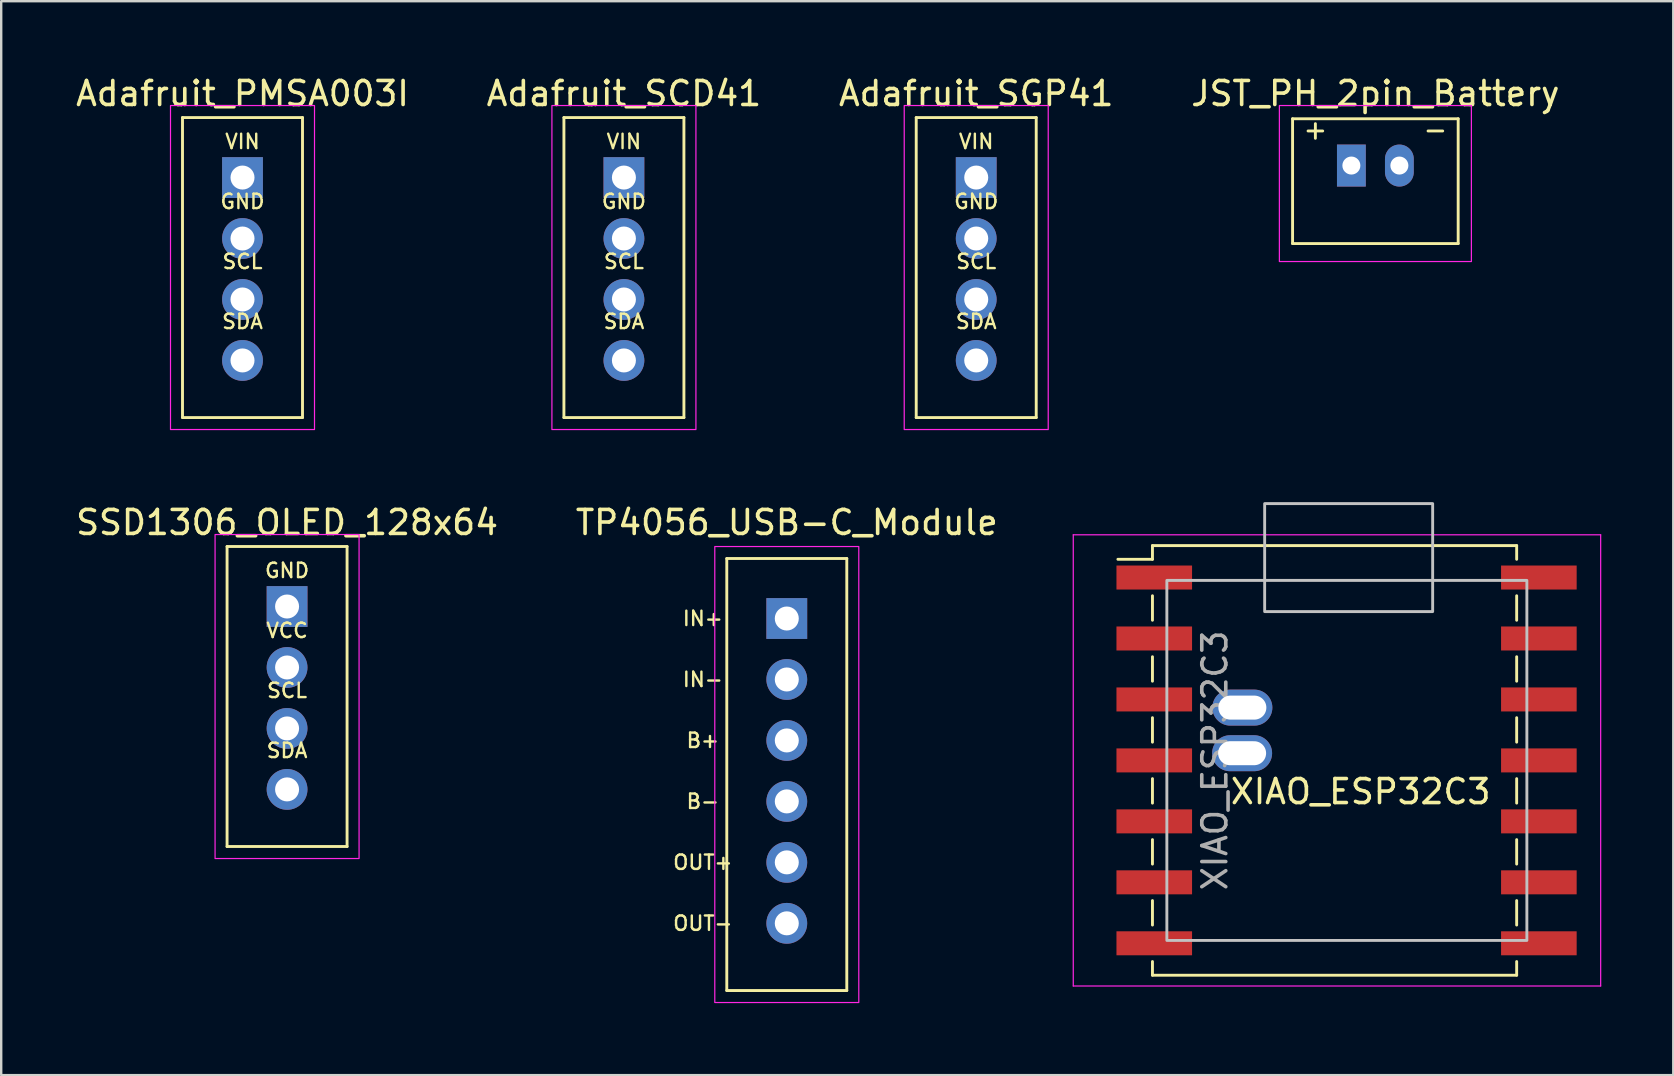
<source format=kicad_pcb>
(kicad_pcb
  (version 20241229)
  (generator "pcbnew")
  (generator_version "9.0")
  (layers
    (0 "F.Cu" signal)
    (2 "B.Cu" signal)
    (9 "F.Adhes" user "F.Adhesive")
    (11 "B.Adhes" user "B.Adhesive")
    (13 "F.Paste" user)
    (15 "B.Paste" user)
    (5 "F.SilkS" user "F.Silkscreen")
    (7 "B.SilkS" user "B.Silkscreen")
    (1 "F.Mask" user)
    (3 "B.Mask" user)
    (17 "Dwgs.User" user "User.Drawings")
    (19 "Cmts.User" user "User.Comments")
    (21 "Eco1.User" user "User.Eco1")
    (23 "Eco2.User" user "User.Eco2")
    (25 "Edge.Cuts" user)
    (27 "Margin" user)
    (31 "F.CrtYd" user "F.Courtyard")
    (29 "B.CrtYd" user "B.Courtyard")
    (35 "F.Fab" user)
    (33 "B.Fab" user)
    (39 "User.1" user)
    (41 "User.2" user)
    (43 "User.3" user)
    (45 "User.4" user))
  (footprint "Adafruit_SGP41"
    (layer "F.Cu")
    (at 37.625 4.348)
    (property "Reference" "Adafruit_SGP41" (at 0 -3.5 0) (layer "F.SilkS") (effects (font (size 1 1) (thickness 0.15))))
    (attr through_hole)
    (fp_line (start -2.5 -2.5) (end 2.5 -2.5) (stroke (width 0.12) (type solid)) (layer "F.SilkS"))
    (fp_line (start -2.5 10) (end -2.5 -2.5) (stroke (width 0.12) (type solid)) (layer "F.SilkS"))
    (fp_line (start 2.5 -2.5) (end 2.5 10) (stroke (width 0.12) (type solid)) (layer "F.SilkS"))
    (fp_line (start 2.5 10) (end -2.5 10) (stroke (width 0.12) (type solid)) (layer "F.SilkS"))
    (fp_rect (start -3 -3) (end 3 10.5) (stroke (width 0.05) (type solid)) (fill no) (layer "F.CrtYd"))
    (fp_text user "GND" (at 0 1 0) (layer "F.SilkS") (effects (font (size 0.6 0.6) (thickness 0.1))))
    (fp_text user "SDA" (at 0 6 0) (layer "F.SilkS") (effects (font (size 0.6 0.6) (thickness 0.1))))
    (fp_text user "SCL" (at 0 3.5 0) (layer "F.SilkS") (effects (font (size 0.6 0.6) (thickness 0.1))))
    (fp_text user "VIN" (at 0 -1.5 0) (layer "F.SilkS") (effects (font (size 0.6 0.6) (thickness 0.1))))
    (pad "1" thru_hole rect (at 0 0) (size 1.7 1.7) (drill 1) (layers "*.Cu" "*.Mask"))
    (pad "2" thru_hole oval (at 0 2.54) (size 1.7 1.7) (drill 1) (layers "*.Cu" "*.Mask"))
    (pad "3" thru_hole oval (at 0 5.08) (size 1.7 1.7) (drill 1) (layers "*.Cu" "*.Mask"))
    (pad "4" thru_hole oval (at 0 7.62) (size 1.7 1.7) (drill 1) (layers "*.Cu" "*.Mask")))
  (footprint "Adafruit_SCD41"
    (layer "F.Cu")
    (at 22.946 4.348)
    (property "Reference" "Adafruit_SCD41" (at 0 -3.5 0) (layer "F.SilkS") (effects (font (size 1 1) (thickness 0.15))))
    (attr through_hole)
    (fp_line (start -2.5 -2.5) (end 2.5 -2.5) (stroke (width 0.12) (type solid)) (layer "F.SilkS"))
    (fp_line (start -2.5 10) (end -2.5 -2.5) (stroke (width 0.12) (type solid)) (layer "F.SilkS"))
    (fp_line (start 2.5 -2.5) (end 2.5 10) (stroke (width 0.12) (type solid)) (layer "F.SilkS"))
    (fp_line (start 2.5 10) (end -2.5 10) (stroke (width 0.12) (type solid)) (layer "F.SilkS"))
    (fp_rect (start -3 -3) (end 3 10.5) (stroke (width 0.05) (type solid)) (fill no) (layer "F.CrtYd"))
    (fp_text user "VIN" (at 0 -1.5 0) (layer "F.SilkS") (effects (font (size 0.6 0.6) (thickness 0.1))))
    (fp_text user "SDA" (at 0 6 0) (layer "F.SilkS") (effects (font (size 0.6 0.6) (thickness 0.1))))
    (fp_text user "GND" (at 0 1 0) (layer "F.SilkS") (effects (font (size 0.6 0.6) (thickness 0.1))))
    (fp_text user "SCL" (at 0 3.5 0) (layer "F.SilkS") (effects (font (size 0.6 0.6) (thickness 0.1))))
    (pad "1" thru_hole rect (at 0 0) (size 1.7 1.7) (drill 1) (layers "*.Cu" "*.Mask"))
    (pad "2" thru_hole oval (at 0 2.54) (size 1.7 1.7) (drill 1) (layers "*.Cu" "*.Mask"))
    (pad "3" thru_hole oval (at 0 5.08) (size 1.7 1.7) (drill 1) (layers "*.Cu" "*.Mask"))
    (pad "4" thru_hole oval (at 0 7.62) (size 1.7 1.7) (drill 1) (layers "*.Cu" "*.Mask")))
  (footprint "XIAO_ESP32C3"
    (layer "F.Cu")
    (at 53.643 30.433)
    (property "Reference" "XIAO_ESP32C3" (at 0 -0.5 0) (unlocked yes) (layer "F.SilkS") (effects (font (size 1 1) (thickness 0.15))))
    (attr smd)
    (fp_line (start -10.115 -10.18) (end -8.675 -10.18) (stroke (width 0.12) (type solid)) (layer "F.SilkS"))
    (fp_line (start -8.675 -10.75) (end -8.675 -10.18) (stroke (width 0.12) (type solid)) (layer "F.SilkS"))
    (fp_line (start -8.675 -10.75) (end 6.5 -10.75) (stroke (width 0.12) (type solid)) (layer "F.SilkS"))
    (fp_line (start -8.675 -8.66) (end -8.675 -7.64) (stroke (width 0.12) (type solid)) (layer "F.SilkS"))
    (fp_line (start -8.675 -6.12) (end -8.675 -5.1) (stroke (width 0.12) (type solid)) (layer "F.SilkS"))
    (fp_line (start -8.675 -3.58) (end -8.675 -2.56) (stroke (width 0.12) (type solid)) (layer "F.SilkS"))
    (fp_line (start -8.675 -1.04) (end -8.675 -0.02) (stroke (width 0.12) (type solid)) (layer "F.SilkS"))
    (fp_line (start -8.675 1.5) (end -8.675 2.52) (stroke (width 0.12) (type solid)) (layer "F.SilkS"))
    (fp_line (start -8.675 4.04) (end -8.675 5.06) (stroke (width 0.12) (type solid)) (layer "F.SilkS"))
    (fp_line (start -8.675 6.58) (end -8.675 7.15) (stroke (width 0.12) (type solid)) (layer "F.SilkS"))
    (fp_line (start -8.675 7.15) (end 6.5 7.15) (stroke (width 0.12) (type solid)) (layer "F.SilkS"))
    (fp_line (start 6.5 -10.75) (end 6.5 -10.18) (stroke (width 0.12) (type solid)) (layer "F.SilkS"))
    (fp_line (start 6.5 -8.66) (end 6.5 -7.64) (stroke (width 0.12) (type solid)) (layer "F.SilkS"))
    (fp_line (start 6.5 -6.12) (end 6.5 -5.1) (stroke (width 0.12) (type solid)) (layer "F.SilkS"))
    (fp_line (start 6.5 -3.58) (end 6.5 -2.56) (stroke (width 0.12) (type solid)) (layer "F.SilkS"))
    (fp_line (start 6.5 -1.04) (end 6.5 -0.02) (stroke (width 0.12) (type solid)) (layer "F.SilkS"))
    (fp_line (start 6.5 1.5) (end 6.5 2.52) (stroke (width 0.12) (type solid)) (layer "F.SilkS"))
    (fp_line (start 6.5 4.04) (end 6.5 5.06) (stroke (width 0.12) (type solid)) (layer "F.SilkS"))
    (fp_line (start 6.5 6.58) (end 6.5 7.15) (stroke (width 0.12) (type solid)) (layer "F.SilkS"))
    (fp_rect (start -8.075 -9.3) (end 6.925 5.7) (stroke (width 0.12) (type solid)) (fill no) (layer "Dwgs.User"))
    (fp_rect (start -4 -12.5) (end 3 -8) (stroke (width 0.12) (type solid)) (fill no) (layer "Dwgs.User"))
    (fp_line (start -11.975 -11.2) (end -11.975 7.6) (stroke (width 0.05) (type solid)) (layer "F.CrtYd"))
    (fp_line (start -11.975 7.6) (end 10 7.6) (stroke (width 0.05) (type solid)) (layer "F.CrtYd"))
    (fp_line (start 10 -11.2) (end -11.975 -11.2) (stroke (width 0.05) (type solid)) (layer "F.CrtYd"))
    (fp_line (start 10 7.6) (end 10 -11.2) (stroke (width 0.05) (type solid)) (layer "F.CrtYd"))
    (fp_text user "${REFERENCE}" (at -6.075 -1.8 270) (layer "F.Fab") (effects (font (size 1 1) (thickness 0.15))))
    (pad "1" smd rect (at -8.6 -9.42) (size 3.15 1) (layers "F.Cu" "F.Mask" "F.Paste"))
    (pad "2" smd rect (at -8.6 -6.88) (size 3.15 1) (layers "F.Cu" "F.Mask" "F.Paste"))
    (pad "3" smd rect (at -8.6 -4.34) (size 3.15 1) (layers "F.Cu" "F.Mask" "F.Paste"))
    (pad "4" smd rect (at -8.6 -1.8) (size 3.15 1) (layers "F.Cu" "F.Mask" "F.Paste"))
    (pad "5" smd rect (at -8.6 0.74) (size 3.15 1) (layers "F.Cu" "F.Mask" "F.Paste"))
    (pad "6" smd rect (at -8.6 3.28) (size 3.15 1) (layers "F.Cu" "F.Mask" "F.Paste"))
    (pad "7" smd rect (at -8.6 5.82) (size 3.15 1) (layers "F.Cu" "F.Mask" "F.Paste"))
    (pad "8" smd rect (at 7.425 5.82) (size 3.15 1) (layers "F.Cu" "F.Mask" "F.Paste"))
    (pad "9" smd rect (at 7.425 3.28) (size 3.15 1) (layers "F.Cu" "F.Mask" "F.Paste"))
    (pad "10" smd rect (at 7.425 0.74) (size 3.15 1) (layers "F.Cu" "F.Mask" "F.Paste"))
    (pad "11" smd rect (at 7.425 -1.8) (size 3.15 1) (layers "F.Cu" "F.Mask" "F.Paste"))
    (pad "12" smd rect (at 7.425 -4.34) (size 3.15 1) (layers "F.Cu" "F.Mask" "F.Paste"))
    (pad "13" smd rect (at 7.425 -6.88) (size 3.15 1) (layers "F.Cu" "F.Mask" "F.Paste"))
    (pad "14" smd rect (at 7.425 -9.42) (size 3.15 1) (layers "F.Cu" "F.Mask" "F.Paste"))
    (pad "B+" thru_hole oval (at -4.94 -2.1) (size 2.5 1.5) (drill oval 2 1) (layers "*.Cu" "*.Mask"))
    (pad "B-" thru_hole oval (at -4.929 -4) (size 2.5 1.5) (drill oval 2 1) (layers "*.Cu" "*.Mask")))
  (footprint "JST_PH_2pin_Battery"
    (layer "F.Cu")
    (at 53.256 3.848)
    (property "Reference" "JST_PH_2pin_Battery" (at 1 -3 0) (layer "F.SilkS") (effects (font (size 1 1) (thickness 0.15))))
    (attr through_hole)
    (fp_line (start -2.45 -1.95) (end -2.45 3.25) (stroke (width 0.12) (type solid)) (layer "F.SilkS"))
    (fp_line (start -2.45 3.25) (end 4.45 3.25) (stroke (width 0.12) (type solid)) (layer "F.SilkS"))
    (fp_line (start 4.45 -1.95) (end -2.45 -1.95) (stroke (width 0.12) (type solid)) (layer "F.SilkS"))
    (fp_line (start 4.45 3.25) (end 4.45 -1.95) (stroke (width 0.12) (type solid)) (layer "F.SilkS"))
    (fp_rect (start -3 -2.5) (end 5 4) (stroke (width 0.05) (type solid)) (fill no) (layer "F.CrtYd"))
    (fp_text user "+" (at -1.5 -1.5 0) (layer "F.SilkS") (effects (font (size 0.8 0.8) (thickness 0.12))))
    (fp_text user "-" (at 3.5 -1.5 0) (layer "F.SilkS") (effects (font (size 0.8 0.8) (thickness 0.12))))
    (pad "1" thru_hole rect (at 0 0) (size 1.2 1.75) (drill 0.75) (layers "*.Cu" "*.Mask"))
    (pad "2" thru_hole oval (at 2 0) (size 1.2 1.75) (drill 0.75) (layers "*.Cu" "*.Mask")))
  (footprint "Adafruit_PMSA003I"
    (layer "F.Cu")
    (at 7.054 4.348)
    (property "Reference" "Adafruit_PMSA003I" (at 0 -3.5 0) (layer "F.SilkS") (effects (font (size 1 1) (thickness 0.15))))
    (attr through_hole)
    (fp_line (start -2.5 -2.5) (end 2.5 -2.5) (stroke (width 0.12) (type solid)) (layer "F.SilkS"))
    (fp_line (start -2.5 10) (end -2.5 -2.5) (stroke (width 0.12) (type solid)) (layer "F.SilkS"))
    (fp_line (start 2.5 -2.5) (end 2.5 10) (stroke (width 0.12) (type solid)) (layer "F.SilkS"))
    (fp_line (start 2.5 10) (end -2.5 10) (stroke (width 0.12) (type solid)) (layer "F.SilkS"))
    (fp_rect (start -3 -3) (end 3 10.5) (stroke (width 0.05) (type solid)) (fill no) (layer "F.CrtYd"))
    (fp_text user "SCL" (at 0 3.5 0) (layer "F.SilkS") (effects (font (size 0.6 0.6) (thickness 0.1))))
    (fp_text user "GND" (at 0 1 0) (layer "F.SilkS") (effects (font (size 0.6 0.6) (thickness 0.1))))
    (fp_text user "VIN" (at 0 -1.5 0) (layer "F.SilkS") (effects (font (size 0.6 0.6) (thickness 0.1))))
    (fp_text user "SDA" (at 0 6 0) (layer "F.SilkS") (effects (font (size 0.6 0.6) (thickness 0.1))))
    (pad "1" thru_hole rect (at 0 0) (size 1.7 1.7) (drill 1) (layers "*.Cu" "*.Mask"))
    (pad "2" thru_hole oval (at 0 2.54) (size 1.7 1.7) (drill 1) (layers "*.Cu" "*.Mask"))
    (pad "3" thru_hole oval (at 0 5.08) (size 1.7 1.7) (drill 1) (layers "*.Cu" "*.Mask"))
    (pad "4" thru_hole oval (at 0 7.62) (size 1.7 1.7) (drill 1) (layers "*.Cu" "*.Mask")))
  (footprint "SSD1306_OLED_128x64"
    (layer "F.Cu")
    (at 8.911 22.221)
    (property "Reference" "SSD1306_OLED_128x64" (at 0 -3.5 0) (layer "F.SilkS") (effects (font (size 1 1) (thickness 0.15))))
    (attr through_hole)
    (fp_line (start -2.5 -2.5) (end 2.5 -2.5) (stroke (width 0.12) (type solid)) (layer "F.SilkS"))
    (fp_line (start -2.5 10) (end -2.5 -2.5) (stroke (width 0.12) (type solid)) (layer "F.SilkS"))
    (fp_line (start 2.5 -2.5) (end 2.5 10) (stroke (width 0.12) (type solid)) (layer "F.SilkS"))
    (fp_line (start 2.5 10) (end -2.5 10) (stroke (width 0.12) (type solid)) (layer "F.SilkS"))
    (fp_rect (start -3 -3) (end 3 10.5) (stroke (width 0.05) (type solid)) (fill no) (layer "F.CrtYd"))
    (fp_text user "GND" (at 0 -1.5 0) (layer "F.SilkS") (effects (font (size 0.6 0.6) (thickness 0.1))))
    (fp_text user "SCL" (at 0 3.5 0) (layer "F.SilkS") (effects (font (size 0.6 0.6) (thickness 0.1))))
    (fp_text user "VCC" (at 0 1 0) (layer "F.SilkS") (effects (font (size 0.6 0.6) (thickness 0.1))))
    (fp_text user "SDA" (at 0 6 0) (layer "F.SilkS") (effects (font (size 0.6 0.6) (thickness 0.1))))
    (pad "1" thru_hole rect (at 0 0) (size 1.7 1.7) (drill 1) (layers "*.Cu" "*.Mask"))
    (pad "2" thru_hole oval (at 0 2.54) (size 1.7 1.7) (drill 1) (layers "*.Cu" "*.Mask"))
    (pad "3" thru_hole oval (at 0 5.08) (size 1.7 1.7) (drill 1) (layers "*.Cu" "*.Mask"))
    (pad "4" thru_hole oval (at 0 7.62) (size 1.7 1.7) (drill 1) (layers "*.Cu" "*.Mask")))
  (footprint "TP4056_USB-C_Module"
    (layer "F.Cu")
    (at 29.732 22.721)
    (property "Reference" "TP4056_USB-C_Module" (at 0 -4 0) (layer "F.SilkS") (effects (font (size 1 1) (thickness 0.15))))
    (attr through_hole)
    (fp_line (start -2.5 -2.5) (end 2.5 -2.5) (stroke (width 0.12) (type solid)) (layer "F.SilkS"))
    (fp_line (start -2.5 15.5) (end -2.5 -2.5) (stroke (width 0.12) (type solid)) (layer "F.SilkS"))
    (fp_line (start 2.5 -2.5) (end 2.5 15.5) (stroke (width 0.12) (type solid)) (layer "F.SilkS"))
    (fp_line (start 2.5 15.5) (end -2.5 15.5) (stroke (width 0.12) (type solid)) (layer "F.SilkS"))
    (fp_rect (start -3 -3) (end 3 16) (stroke (width 0.05) (type solid)) (fill no) (layer "F.CrtYd"))
    (fp_text user "B+" (at -3.5 5.08 0) (layer "F.SilkS") (effects (font (size 0.6 0.6) (thickness 0.1))))
    (fp_text user "B-" (at -3.5 7.62 0) (layer "F.SilkS") (effects (font (size 0.6 0.6) (thickness 0.1))))
    (fp_text user "OUT-" (at -3.5 12.7 0) (layer "F.SilkS") (effects (font (size 0.6 0.6) (thickness 0.1))))
    (fp_text user "IN-" (at -3.5 2.54 0) (layer "F.SilkS") (effects (font (size 0.6 0.6) (thickness 0.1))))
    (fp_text user "IN+" (at -3.5 0 0) (layer "F.SilkS") (effects (font (size 0.6 0.6) (thickness 0.1))))
    (fp_text user "OUT+" (at -3.5 10.16 0) (layer "F.SilkS") (effects (font (size 0.6 0.6) (thickness 0.1))))
    (pad "1" thru_hole rect (at 0 0) (size 1.7 1.7) (drill 1) (layers "*.Cu" "*.Mask"))
    (pad "2" thru_hole oval (at 0 2.54) (size 1.7 1.7) (drill 1) (layers "*.Cu" "*.Mask"))
    (pad "3" thru_hole oval (at 0 5.08) (size 1.7 1.7) (drill 1) (layers "*.Cu" "*.Mask"))
    (pad "4" thru_hole oval (at 0 7.62) (size 1.7 1.7) (drill 1) (layers "*.Cu" "*.Mask"))
    (pad "5" thru_hole oval (at 0 10.16) (size 1.7 1.7) (drill 1) (layers "*.Cu" "*.Mask"))
    (pad "6" thru_hole oval (at 0 12.7) (size 1.7 1.7) (drill 1) (layers "*.Cu" "*.Mask")))
  (gr_rect
    (start -3 -3)
    (end 66.668 41.746)
    (stroke (width 0.1) (type default))
    (fill no)
    (layer "Edge.Cuts")))
</source>
